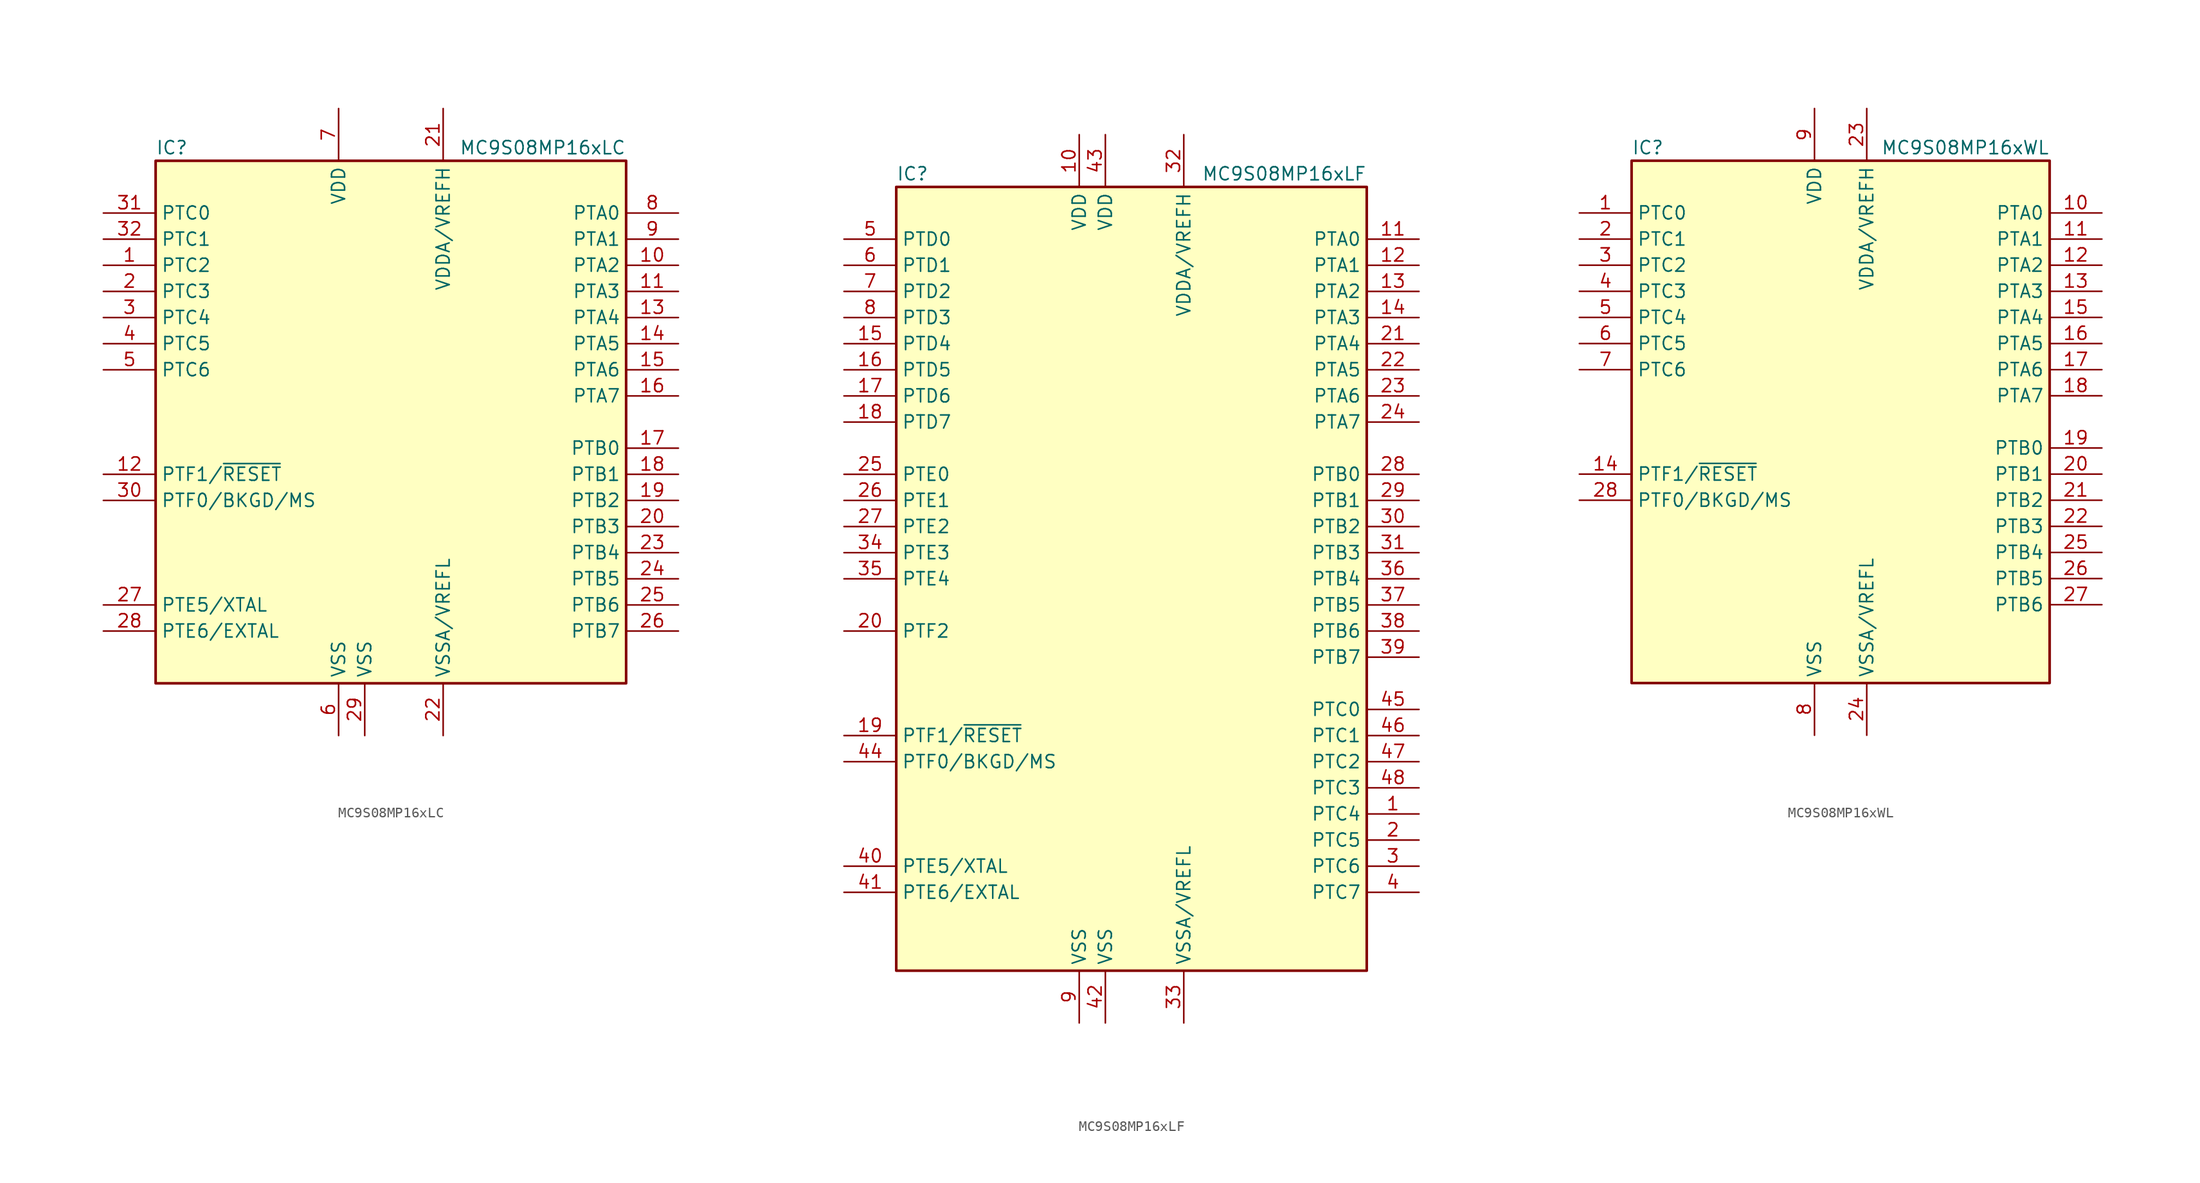
<source format=kicad_sym>
(kicad_symbol_lib
  (version 20201005)
  (generator kicad_symbol_editor)
  (symbol "MC9S08MP16xLC"
    (property "Reference" "IC"
      (at -22.86 26.67 0)
      (effects (font (size 1.27 1.27)) (justify left)))
    (property "Value" "MC9S08MP16xLC"
      (at 22.86 26.67 0)
      (effects (font (size 1.27 1.27)) (justify right)))
    (symbol "MC9S08MP16xLC_0_1"
      (rectangle (start -22.86 25.4) (end 22.86 -25.4) (stroke (width 0.254)) (fill (type background))))
    (symbol "MC9S08MP16xLC_1_1"
      (pin bidirectional line (at -27.94 15.24 0) (length 5.08) (name "PTC2" (effects (font (size 1.27 1.27)))) (number "1" (effects (font (size 1.27 1.27)))))
      (pin bidirectional line (at 27.94 15.24 180) (length 5.08) (name "PTA2" (effects (font (size 1.27 1.27)))) (number "10" (effects (font (size 1.27 1.27)))))
      (pin bidirectional line (at 27.94 12.7 180) (length 5.08) (name "PTA3" (effects (font (size 1.27 1.27)))) (number "11" (effects (font (size 1.27 1.27)))))
      (pin bidirectional line (at -27.94 -5.08 0) (length 5.08) (name "PTF1/~RESET" (effects (font (size 1.27 1.27)))) (number "12" (effects (font (size 1.27 1.27)))))
      (pin bidirectional line (at 27.94 10.16 180) (length 5.08) (name "PTA4" (effects (font (size 1.27 1.27)))) (number "13" (effects (font (size 1.27 1.27)))))
      (pin bidirectional line (at 27.94 7.62 180) (length 5.08) (name "PTA5" (effects (font (size 1.27 1.27)))) (number "14" (effects (font (size 1.27 1.27)))))
      (pin bidirectional line (at 27.94 5.08 180) (length 5.08) (name "PTA6" (effects (font (size 1.27 1.27)))) (number "15" (effects (font (size 1.27 1.27)))))
      (pin bidirectional line (at 27.94 2.54 180) (length 5.08) (name "PTA7" (effects (font (size 1.27 1.27)))) (number "16" (effects (font (size 1.27 1.27)))))
      (pin bidirectional line (at 27.94 -2.54 180) (length 5.08) (name "PTB0" (effects (font (size 1.27 1.27)))) (number "17" (effects (font (size 1.27 1.27)))))
      (pin bidirectional line (at 27.94 -5.08 180) (length 5.08) (name "PTB1" (effects (font (size 1.27 1.27)))) (number "18" (effects (font (size 1.27 1.27)))))
      (pin bidirectional line (at 27.94 -7.62 180) (length 5.08) (name "PTB2" (effects (font (size 1.27 1.27)))) (number "19" (effects (font (size 1.27 1.27)))))
      (pin bidirectional line (at -27.94 12.7 0) (length 5.08) (name "PTC3" (effects (font (size 1.27 1.27)))) (number "2" (effects (font (size 1.27 1.27)))))
      (pin bidirectional line (at 27.94 -10.16 180) (length 5.08) (name "PTB3" (effects (font (size 1.27 1.27)))) (number "20" (effects (font (size 1.27 1.27)))))
      (pin power_in line (at 5.08 30.48 270) (length 5.08) (name "VDDA/VREFH" (effects (font (size 1.27 1.27)))) (number "21" (effects (font (size 1.27 1.27)))))
      (pin power_in line (at 5.08 -30.48 90) (length 5.08) (name "VSSA/VREFL" (effects (font (size 1.27 1.27)))) (number "22" (effects (font (size 1.27 1.27)))))
      (pin bidirectional line (at 27.94 -12.7 180) (length 5.08) (name "PTB4" (effects (font (size 1.27 1.27)))) (number "23" (effects (font (size 1.27 1.27)))))
      (pin bidirectional line (at 27.94 -15.24 180) (length 5.08) (name "PTB5" (effects (font (size 1.27 1.27)))) (number "24" (effects (font (size 1.27 1.27)))))
      (pin bidirectional line (at 27.94 -17.78 180) (length 5.08) (name "PTB6" (effects (font (size 1.27 1.27)))) (number "25" (effects (font (size 1.27 1.27)))))
      (pin bidirectional line (at 27.94 -20.32 180) (length 5.08) (name "PTB7" (effects (font (size 1.27 1.27)))) (number "26" (effects (font (size 1.27 1.27)))))
      (pin bidirectional line (at -27.94 -17.78 0) (length 5.08) (name "PTE5/XTAL" (effects (font (size 1.27 1.27)))) (number "27" (effects (font (size 1.27 1.27)))))
      (pin bidirectional line (at -27.94 -20.32 0) (length 5.08) (name "PTE6/EXTAL" (effects (font (size 1.27 1.27)))) (number "28" (effects (font (size 1.27 1.27)))))
      (pin power_in line (at -2.54 -30.48 90) (length 5.08) (name "VSS" (effects (font (size 1.27 1.27)))) (number "29" (effects (font (size 1.27 1.27)))))
      (pin bidirectional line (at -27.94 10.16 0) (length 5.08) (name "PTC4" (effects (font (size 1.27 1.27)))) (number "3" (effects (font (size 1.27 1.27)))))
      (pin bidirectional line (at -27.94 -7.62 0) (length 5.08) (name "PTF0/BKGD/MS" (effects (font (size 1.27 1.27)))) (number "30" (effects (font (size 1.27 1.27)))))
      (pin bidirectional line (at -27.94 20.32 0) (length 5.08) (name "PTC0" (effects (font (size 1.27 1.27)))) (number "31" (effects (font (size 1.27 1.27)))))
      (pin bidirectional line (at -27.94 17.78 0) (length 5.08) (name "PTC1" (effects (font (size 1.27 1.27)))) (number "32" (effects (font (size 1.27 1.27)))))
      (pin bidirectional line (at -27.94 7.62 0) (length 5.08) (name "PTC5" (effects (font (size 1.27 1.27)))) (number "4" (effects (font (size 1.27 1.27)))))
      (pin bidirectional line (at -27.94 5.08 0) (length 5.08) (name "PTC6" (effects (font (size 1.27 1.27)))) (number "5" (effects (font (size 1.27 1.27)))))
      (pin power_in line (at -5.08 -30.48 90) (length 5.08) (name "VSS" (effects (font (size 1.27 1.27)))) (number "6" (effects (font (size 1.27 1.27)))))
      (pin power_in line (at -5.08 30.48 270) (length 5.08) (name "VDD" (effects (font (size 1.27 1.27)))) (number "7" (effects (font (size 1.27 1.27)))))
      (pin bidirectional line (at 27.94 20.32 180) (length 5.08) (name "PTA0" (effects (font (size 1.27 1.27)))) (number "8" (effects (font (size 1.27 1.27)))))
      (pin bidirectional line (at 27.94 17.78 180) (length 5.08) (name "PTA1" (effects (font (size 1.27 1.27)))) (number "9" (effects (font (size 1.27 1.27)))))))
  (symbol "MC9S08MP16xLF"
    (property "Reference" "IC"
      (at -22.86 39.37 0)
      (effects (font (size 1.27 1.27)) (justify left)))
    (property "Value" "MC9S08MP16xLF"
      (at 22.86 39.37 0)
      (effects (font (size 1.27 1.27)) (justify right)))
    (symbol "MC9S08MP16xLF_0_1"
      (rectangle (start -22.86 38.1) (end 22.86 -38.1) (stroke (width 0.254)) (fill (type background))))
    (symbol "MC9S08MP16xLF_1_1"
      (pin bidirectional line (at 27.94 -22.86 180) (length 5.08) (name "PTC4" (effects (font (size 1.27 1.27)))) (number "1" (effects (font (size 1.27 1.27)))))
      (pin power_in line (at -5.08 43.18 270) (length 5.08) (name "VDD" (effects (font (size 1.27 1.27)))) (number "10" (effects (font (size 1.27 1.27)))))
      (pin bidirectional line (at 27.94 33.02 180) (length 5.08) (name "PTA0" (effects (font (size 1.27 1.27)))) (number "11" (effects (font (size 1.27 1.27)))))
      (pin bidirectional line (at 27.94 30.48 180) (length 5.08) (name "PTA1" (effects (font (size 1.27 1.27)))) (number "12" (effects (font (size 1.27 1.27)))))
      (pin bidirectional line (at 27.94 27.94 180) (length 5.08) (name "PTA2" (effects (font (size 1.27 1.27)))) (number "13" (effects (font (size 1.27 1.27)))))
      (pin bidirectional line (at 27.94 25.4 180) (length 5.08) (name "PTA3" (effects (font (size 1.27 1.27)))) (number "14" (effects (font (size 1.27 1.27)))))
      (pin bidirectional line (at -27.94 22.86 0) (length 5.08) (name "PTD4" (effects (font (size 1.27 1.27)))) (number "15" (effects (font (size 1.27 1.27)))))
      (pin bidirectional line (at -27.94 20.32 0) (length 5.08) (name "PTD5" (effects (font (size 1.27 1.27)))) (number "16" (effects (font (size 1.27 1.27)))))
      (pin bidirectional line (at -27.94 17.78 0) (length 5.08) (name "PTD6" (effects (font (size 1.27 1.27)))) (number "17" (effects (font (size 1.27 1.27)))))
      (pin bidirectional line (at -27.94 15.24 0) (length 5.08) (name "PTD7" (effects (font (size 1.27 1.27)))) (number "18" (effects (font (size 1.27 1.27)))))
      (pin bidirectional line (at -27.94 -15.24 0) (length 5.08) (name "PTF1/~RESET" (effects (font (size 1.27 1.27)))) (number "19" (effects (font (size 1.27 1.27)))))
      (pin bidirectional line (at 27.94 -25.4 180) (length 5.08) (name "PTC5" (effects (font (size 1.27 1.27)))) (number "2" (effects (font (size 1.27 1.27)))))
      (pin bidirectional line (at -27.94 -5.08 0) (length 5.08) (name "PTF2" (effects (font (size 1.27 1.27)))) (number "20" (effects (font (size 1.27 1.27)))))
      (pin bidirectional line (at 27.94 22.86 180) (length 5.08) (name "PTA4" (effects (font (size 1.27 1.27)))) (number "21" (effects (font (size 1.27 1.27)))))
      (pin bidirectional line (at 27.94 20.32 180) (length 5.08) (name "PTA5" (effects (font (size 1.27 1.27)))) (number "22" (effects (font (size 1.27 1.27)))))
      (pin bidirectional line (at 27.94 17.78 180) (length 5.08) (name "PTA6" (effects (font (size 1.27 1.27)))) (number "23" (effects (font (size 1.27 1.27)))))
      (pin bidirectional line (at 27.94 15.24 180) (length 5.08) (name "PTA7" (effects (font (size 1.27 1.27)))) (number "24" (effects (font (size 1.27 1.27)))))
      (pin bidirectional line (at -27.94 10.16 0) (length 5.08) (name "PTE0" (effects (font (size 1.27 1.27)))) (number "25" (effects (font (size 1.27 1.27)))))
      (pin bidirectional line (at -27.94 7.62 0) (length 5.08) (name "PTE1" (effects (font (size 1.27 1.27)))) (number "26" (effects (font (size 1.27 1.27)))))
      (pin bidirectional line (at -27.94 5.08 0) (length 5.08) (name "PTE2" (effects (font (size 1.27 1.27)))) (number "27" (effects (font (size 1.27 1.27)))))
      (pin bidirectional line (at 27.94 10.16 180) (length 5.08) (name "PTB0" (effects (font (size 1.27 1.27)))) (number "28" (effects (font (size 1.27 1.27)))))
      (pin bidirectional line (at 27.94 7.62 180) (length 5.08) (name "PTB1" (effects (font (size 1.27 1.27)))) (number "29" (effects (font (size 1.27 1.27)))))
      (pin bidirectional line (at 27.94 -27.94 180) (length 5.08) (name "PTC6" (effects (font (size 1.27 1.27)))) (number "3" (effects (font (size 1.27 1.27)))))
      (pin bidirectional line (at 27.94 5.08 180) (length 5.08) (name "PTB2" (effects (font (size 1.27 1.27)))) (number "30" (effects (font (size 1.27 1.27)))))
      (pin bidirectional line (at 27.94 2.54 180) (length 5.08) (name "PTB3" (effects (font (size 1.27 1.27)))) (number "31" (effects (font (size 1.27 1.27)))))
      (pin power_in line (at 5.08 43.18 270) (length 5.08) (name "VDDA/VREFH" (effects (font (size 1.27 1.27)))) (number "32" (effects (font (size 1.27 1.27)))))
      (pin power_in line (at 5.08 -43.18 90) (length 5.08) (name "VSSA/VREFL" (effects (font (size 1.27 1.27)))) (number "33" (effects (font (size 1.27 1.27)))))
      (pin bidirectional line (at -27.94 2.54 0) (length 5.08) (name "PTE3" (effects (font (size 1.27 1.27)))) (number "34" (effects (font (size 1.27 1.27)))))
      (pin bidirectional line (at -27.94 0 0) (length 5.08) (name "PTE4" (effects (font (size 1.27 1.27)))) (number "35" (effects (font (size 1.27 1.27)))))
      (pin bidirectional line (at 27.94 0 180) (length 5.08) (name "PTB4" (effects (font (size 1.27 1.27)))) (number "36" (effects (font (size 1.27 1.27)))))
      (pin bidirectional line (at 27.94 -2.54 180) (length 5.08) (name "PTB5" (effects (font (size 1.27 1.27)))) (number "37" (effects (font (size 1.27 1.27)))))
      (pin bidirectional line (at 27.94 -5.08 180) (length 5.08) (name "PTB6" (effects (font (size 1.27 1.27)))) (number "38" (effects (font (size 1.27 1.27)))))
      (pin bidirectional line (at 27.94 -7.62 180) (length 5.08) (name "PTB7" (effects (font (size 1.27 1.27)))) (number "39" (effects (font (size 1.27 1.27)))))
      (pin bidirectional line (at 27.94 -30.48 180) (length 5.08) (name "PTC7" (effects (font (size 1.27 1.27)))) (number "4" (effects (font (size 1.27 1.27)))))
      (pin bidirectional line (at -27.94 -27.94 0) (length 5.08) (name "PTE5/XTAL" (effects (font (size 1.27 1.27)))) (number "40" (effects (font (size 1.27 1.27)))))
      (pin bidirectional line (at -27.94 -30.48 0) (length 5.08) (name "PTE6/EXTAL" (effects (font (size 1.27 1.27)))) (number "41" (effects (font (size 1.27 1.27)))))
      (pin power_in line (at -2.54 -43.18 90) (length 5.08) (name "VSS" (effects (font (size 1.27 1.27)))) (number "42" (effects (font (size 1.27 1.27)))))
      (pin power_in line (at -2.54 43.18 270) (length 5.08) (name "VDD" (effects (font (size 1.27 1.27)))) (number "43" (effects (font (size 1.27 1.27)))))
      (pin bidirectional line (at -27.94 -17.78 0) (length 5.08) (name "PTF0/BKGD/MS" (effects (font (size 1.27 1.27)))) (number "44" (effects (font (size 1.27 1.27)))))
      (pin bidirectional line (at 27.94 -12.7 180) (length 5.08) (name "PTC0" (effects (font (size 1.27 1.27)))) (number "45" (effects (font (size 1.27 1.27)))))
      (pin bidirectional line (at 27.94 -15.24 180) (length 5.08) (name "PTC1" (effects (font (size 1.27 1.27)))) (number "46" (effects (font (size 1.27 1.27)))))
      (pin bidirectional line (at 27.94 -17.78 180) (length 5.08) (name "PTC2" (effects (font (size 1.27 1.27)))) (number "47" (effects (font (size 1.27 1.27)))))
      (pin bidirectional line (at 27.94 -20.32 180) (length 5.08) (name "PTC3" (effects (font (size 1.27 1.27)))) (number "48" (effects (font (size 1.27 1.27)))))
      (pin bidirectional line (at -27.94 33.02 0) (length 5.08) (name "PTD0" (effects (font (size 1.27 1.27)))) (number "5" (effects (font (size 1.27 1.27)))))
      (pin bidirectional line (at -27.94 30.48 0) (length 5.08) (name "PTD1" (effects (font (size 1.27 1.27)))) (number "6" (effects (font (size 1.27 1.27)))))
      (pin bidirectional line (at -27.94 27.94 0) (length 5.08) (name "PTD2" (effects (font (size 1.27 1.27)))) (number "7" (effects (font (size 1.27 1.27)))))
      (pin bidirectional line (at -27.94 25.4 0) (length 5.08) (name "PTD3" (effects (font (size 1.27 1.27)))) (number "8" (effects (font (size 1.27 1.27)))))
      (pin power_in line (at -5.08 -43.18 90) (length 5.08) (name "VSS" (effects (font (size 1.27 1.27)))) (number "9" (effects (font (size 1.27 1.27)))))))
  (symbol "MC9S08MP16xWL"
    (property "Reference" "IC"
      (at -20.32 26.67 0)
      (effects (font (size 1.27 1.27)) (justify left)))
    (property "Value" "MC9S08MP16xWL"
      (at 20.32 26.67 0)
      (effects (font (size 1.27 1.27)) (justify right)))
    (symbol "MC9S08MP16xWL_0_1"
      (rectangle (start -20.32 25.4) (end 20.32 -25.4) (stroke (width 0.254)) (fill (type background))))
    (symbol "MC9S08MP16xWL_1_1"
      (pin bidirectional line (at -25.4 20.32 0) (length 5.08) (name "PTC0" (effects (font (size 1.27 1.27)))) (number "1" (effects (font (size 1.27 1.27)))))
      (pin bidirectional line (at 25.4 20.32 180) (length 5.08) (name "PTA0" (effects (font (size 1.27 1.27)))) (number "10" (effects (font (size 1.27 1.27)))))
      (pin bidirectional line (at 25.4 17.78 180) (length 5.08) (name "PTA1" (effects (font (size 1.27 1.27)))) (number "11" (effects (font (size 1.27 1.27)))))
      (pin bidirectional line (at 25.4 15.24 180) (length 5.08) (name "PTA2" (effects (font (size 1.27 1.27)))) (number "12" (effects (font (size 1.27 1.27)))))
      (pin bidirectional line (at 25.4 12.7 180) (length 5.08) (name "PTA3" (effects (font (size 1.27 1.27)))) (number "13" (effects (font (size 1.27 1.27)))))
      (pin bidirectional line (at -25.4 -5.08 0) (length 5.08) (name "PTF1/~RESET" (effects (font (size 1.27 1.27)))) (number "14" (effects (font (size 1.27 1.27)))))
      (pin bidirectional line (at 25.4 10.16 180) (length 5.08) (name "PTA4" (effects (font (size 1.27 1.27)))) (number "15" (effects (font (size 1.27 1.27)))))
      (pin bidirectional line (at 25.4 7.62 180) (length 5.08) (name "PTA5" (effects (font (size 1.27 1.27)))) (number "16" (effects (font (size 1.27 1.27)))))
      (pin bidirectional line (at 25.4 5.08 180) (length 5.08) (name "PTA6" (effects (font (size 1.27 1.27)))) (number "17" (effects (font (size 1.27 1.27)))))
      (pin bidirectional line (at 25.4 2.54 180) (length 5.08) (name "PTA7" (effects (font (size 1.27 1.27)))) (number "18" (effects (font (size 1.27 1.27)))))
      (pin bidirectional line (at 25.4 -2.54 180) (length 5.08) (name "PTB0" (effects (font (size 1.27 1.27)))) (number "19" (effects (font (size 1.27 1.27)))))
      (pin bidirectional line (at -25.4 17.78 0) (length 5.08) (name "PTC1" (effects (font (size 1.27 1.27)))) (number "2" (effects (font (size 1.27 1.27)))))
      (pin bidirectional line (at 25.4 -5.08 180) (length 5.08) (name "PTB1" (effects (font (size 1.27 1.27)))) (number "20" (effects (font (size 1.27 1.27)))))
      (pin bidirectional line (at 25.4 -7.62 180) (length 5.08) (name "PTB2" (effects (font (size 1.27 1.27)))) (number "21" (effects (font (size 1.27 1.27)))))
      (pin bidirectional line (at 25.4 -10.16 180) (length 5.08) (name "PTB3" (effects (font (size 1.27 1.27)))) (number "22" (effects (font (size 1.27 1.27)))))
      (pin power_in line (at 2.54 30.48 270) (length 5.08) (name "VDDA/VREFH" (effects (font (size 1.27 1.27)))) (number "23" (effects (font (size 1.27 1.27)))))
      (pin power_in line (at 2.54 -30.48 90) (length 5.08) (name "VSSA/VREFL" (effects (font (size 1.27 1.27)))) (number "24" (effects (font (size 1.27 1.27)))))
      (pin bidirectional line (at 25.4 -12.7 180) (length 5.08) (name "PTB4" (effects (font (size 1.27 1.27)))) (number "25" (effects (font (size 1.27 1.27)))))
      (pin bidirectional line (at 25.4 -15.24 180) (length 5.08) (name "PTB5" (effects (font (size 1.27 1.27)))) (number "26" (effects (font (size 1.27 1.27)))))
      (pin bidirectional line (at 25.4 -17.78 180) (length 5.08) (name "PTB6" (effects (font (size 1.27 1.27)))) (number "27" (effects (font (size 1.27 1.27)))))
      (pin bidirectional line (at -25.4 -7.62 0) (length 5.08) (name "PTF0/BKGD/MS" (effects (font (size 1.27 1.27)))) (number "28" (effects (font (size 1.27 1.27)))))
      (pin bidirectional line (at -25.4 15.24 0) (length 5.08) (name "PTC2" (effects (font (size 1.27 1.27)))) (number "3" (effects (font (size 1.27 1.27)))))
      (pin bidirectional line (at -25.4 12.7 0) (length 5.08) (name "PTC3" (effects (font (size 1.27 1.27)))) (number "4" (effects (font (size 1.27 1.27)))))
      (pin bidirectional line (at -25.4 10.16 0) (length 5.08) (name "PTC4" (effects (font (size 1.27 1.27)))) (number "5" (effects (font (size 1.27 1.27)))))
      (pin bidirectional line (at -25.4 7.62 0) (length 5.08) (name "PTC5" (effects (font (size 1.27 1.27)))) (number "6" (effects (font (size 1.27 1.27)))))
      (pin bidirectional line (at -25.4 5.08 0) (length 5.08) (name "PTC6" (effects (font (size 1.27 1.27)))) (number "7" (effects (font (size 1.27 1.27)))))
      (pin power_in line (at -2.54 -30.48 90) (length 5.08) (name "VSS" (effects (font (size 1.27 1.27)))) (number "8" (effects (font (size 1.27 1.27)))))
      (pin power_in line (at -2.54 30.48 270) (length 5.08) (name "VDD" (effects (font (size 1.27 1.27)))) (number "9" (effects (font (size 1.27 1.27))))))))
</source>
